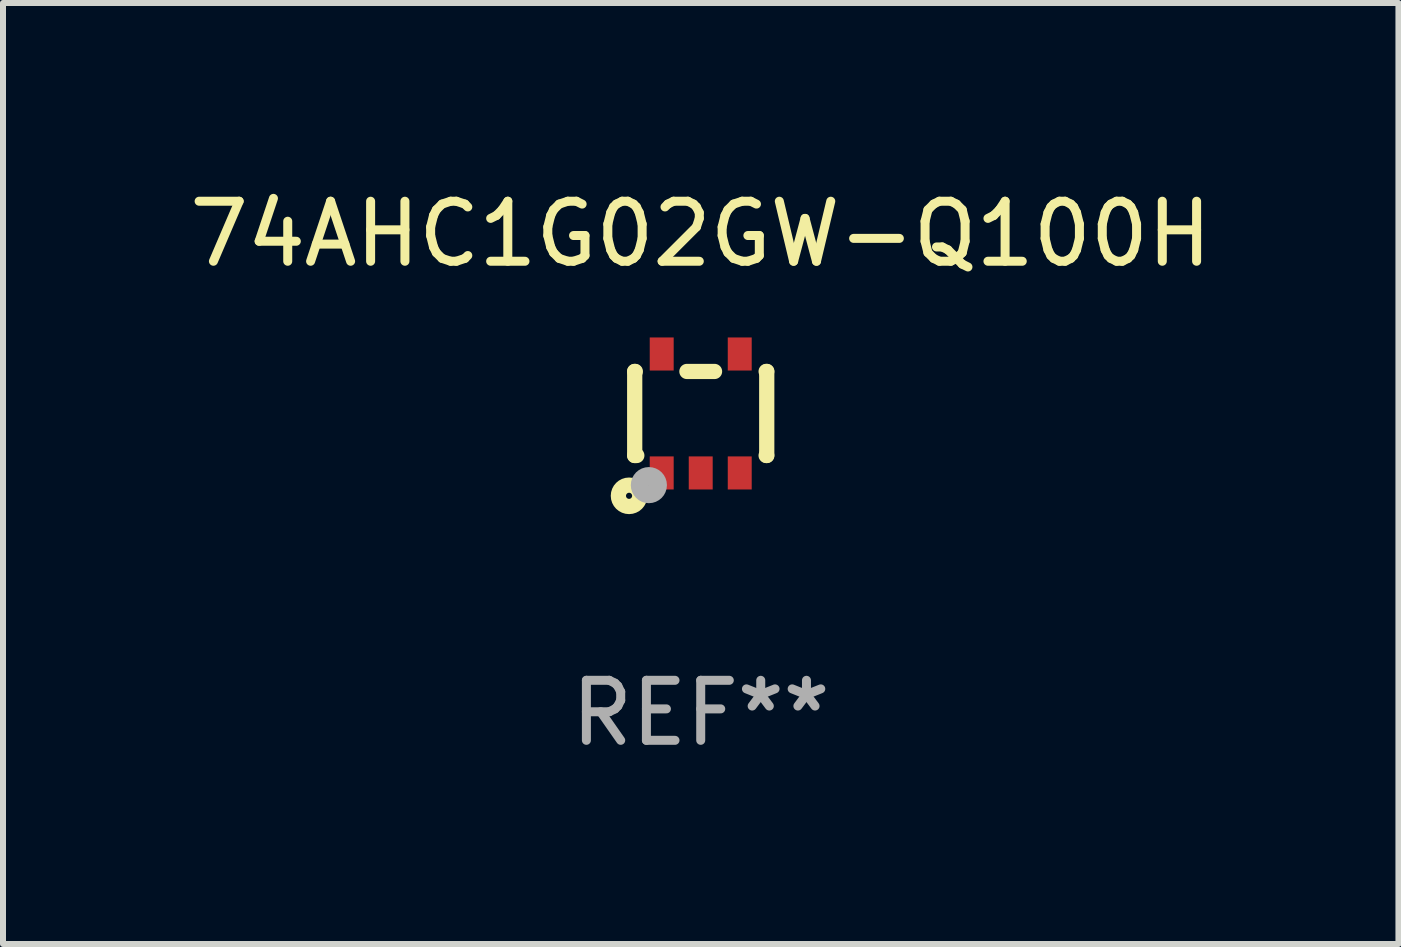
<source format=kicad_pcb>
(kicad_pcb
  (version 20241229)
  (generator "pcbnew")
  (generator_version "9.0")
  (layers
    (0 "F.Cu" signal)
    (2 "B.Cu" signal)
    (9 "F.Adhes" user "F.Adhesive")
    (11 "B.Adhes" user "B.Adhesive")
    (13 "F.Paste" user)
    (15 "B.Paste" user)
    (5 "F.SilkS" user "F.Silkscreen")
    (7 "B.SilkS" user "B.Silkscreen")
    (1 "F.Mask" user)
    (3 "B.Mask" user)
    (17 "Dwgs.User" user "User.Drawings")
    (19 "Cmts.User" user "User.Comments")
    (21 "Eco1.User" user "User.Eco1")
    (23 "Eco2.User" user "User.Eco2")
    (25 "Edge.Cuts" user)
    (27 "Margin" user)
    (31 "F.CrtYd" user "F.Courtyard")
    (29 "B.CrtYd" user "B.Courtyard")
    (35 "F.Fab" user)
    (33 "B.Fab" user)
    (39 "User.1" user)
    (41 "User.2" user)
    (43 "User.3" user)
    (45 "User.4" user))
  (footprint "74AHC1G02GW-Q100H"
    (layer "F.Cu")
    (at 8.625 3.839)
    (property "Reference" "74AHC1G02GW-Q100H" (at 0 -2.991 0) (layer "F.SilkS") (effects (font (size 1 1) (thickness 0.15))))
    (attr through_hole)
    (fp_line (start -1.1 -0.7) (end -1.1 0.7) (stroke (width 0.254) (type solid)) (layer "F.SilkS"))
    (fp_line (start -1.1 -0.7) (end -1.09 -0.7) (stroke (width 0.254) (type solid)) (layer "F.SilkS"))
    (fp_line (start -1.1 0.7) (end -1.065 0.7) (stroke (width 0.254) (type solid)) (layer "F.SilkS"))
    (fp_line (start -0.23 -0.7) (end 0.23 -0.7) (stroke (width 0.254) (type solid)) (layer "F.SilkS"))
    (fp_line (start 1.09 -0.7) (end 1.1 -0.7) (stroke (width 0.254) (type solid)) (layer "F.SilkS"))
    (fp_line (start 1.09 0.7) (end 1.1 0.7) (stroke (width 0.254) (type solid)) (layer "F.SilkS"))
    (fp_line (start 1.1 -0.7) (end 1.1 0.7) (stroke (width 0.254) (type solid)) (layer "F.SilkS"))
    (fp_circle (center -1.194 1.372) (end -1.143 1.372) (stroke (width 0.254) (type solid)) (fill no) (layer "F.SilkS"))
    (fp_circle (center -1.05 1.063) (end -1.02 1.063) (stroke (width 0.06) (type solid)) (fill no) (layer "F.SilkS"))
    (fp_circle (center -0.864 1.194) (end -0.713 1.194) (stroke (width 0.3) (type solid)) (fill no) (layer "F.Fab"))
    (fp_text user "REF**" (at 0 4.991 0) (layer "F.Fab") (effects (font (size 1 1) (thickness 0.15))))
    (pad "1" smd rect (at -0.65 0.991 180) (size 0.399 0.551) (layers "F.Cu" "F.Mask" "F.Paste"))
    (pad "2" smd rect (at 0 0.991 180) (size 0.399 0.551) (layers "F.Cu" "F.Mask" "F.Paste"))
    (pad "3" smd rect (at 0.65 0.991 180) (size 0.399 0.551) (layers "F.Cu" "F.Mask" "F.Paste"))
    (pad "4" smd rect (at 0.65 -0.991 180) (size 0.399 0.551) (layers "F.Cu" "F.Mask" "F.Paste"))
    (pad "5" smd rect (at -0.65 -0.991 180) (size 0.399 0.551) (layers "F.Cu" "F.Mask" "F.Paste")))
  (gr_rect
    (start -3 -3)
    (end 20.25 12.678)
    (stroke (width 0.1) (type default))
    (fill no)
    (layer "Edge.Cuts")))
</source>
